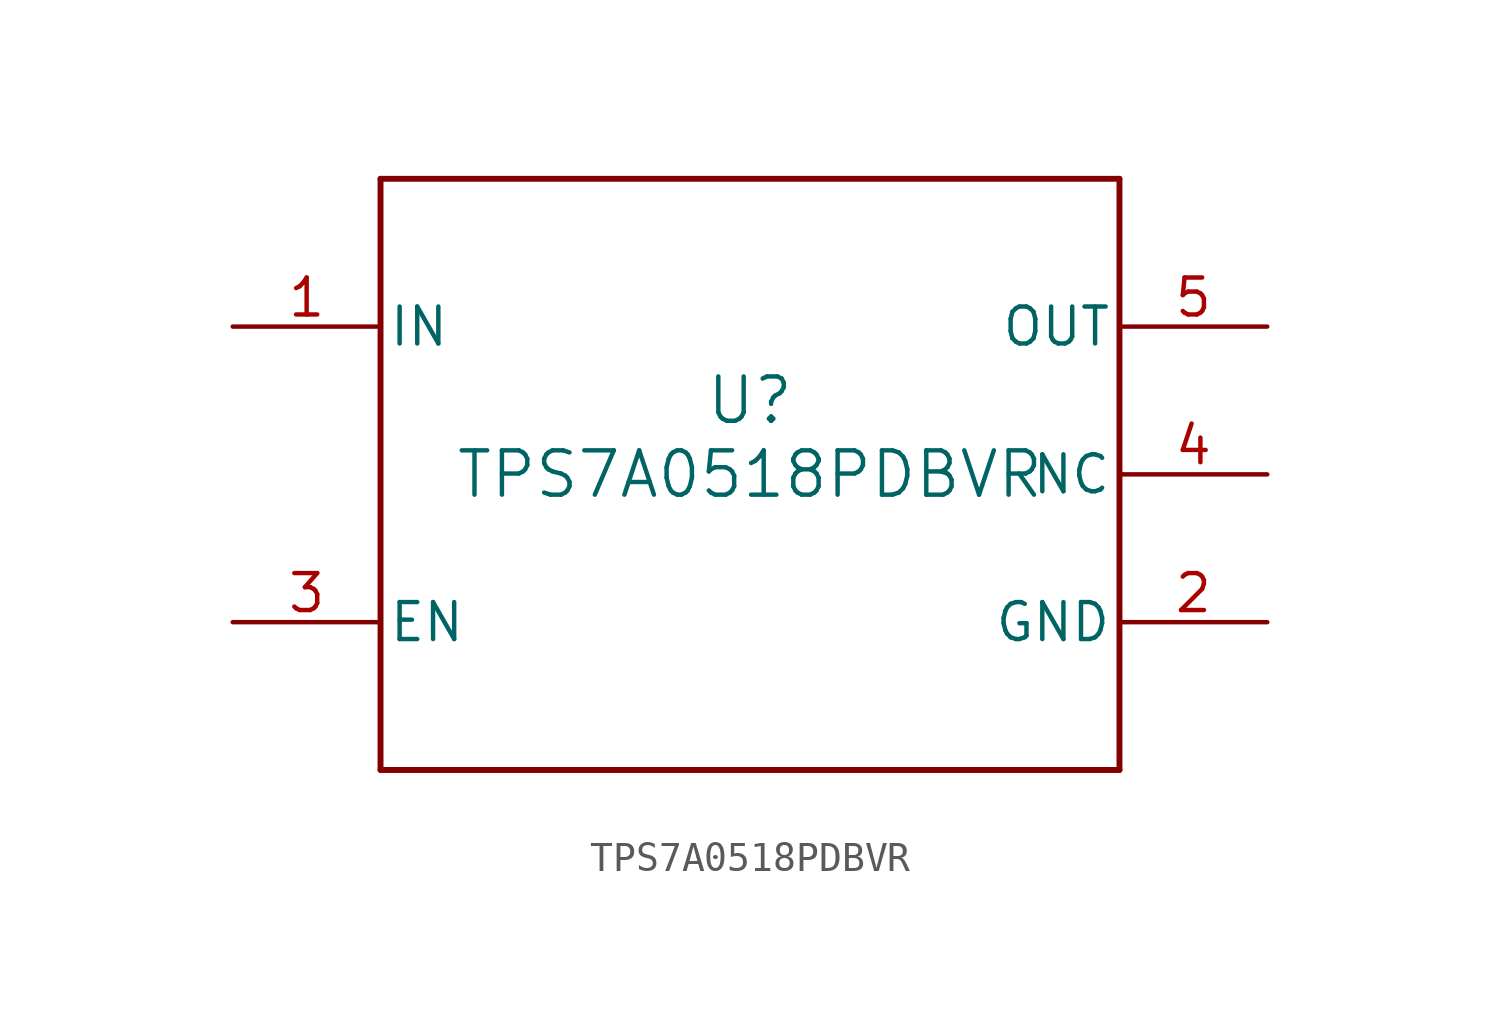
<source format=kicad_sym>
(kicad_symbol_lib
  (version 20211014)
  (generator kicad_symbol_editor)
  (symbol "TPS7A0518PDBVR"
    (pin_names
      (offset 0.254))
    (property "Reference" "U"
      (at 0 2.54 0)
      (effects (font (size 1.524 1.524))))
    (property "Value" "TPS7A0518PDBVR"
      (at 0 0 0)
      (effects (font (size 1.524 1.524))))
    (symbol "TPS7A0518PDBVR_0_1"
      (polyline (pts (xy -12.7 -10.16) (xy 12.7 -10.16)) (stroke (width 0.203) (type default) (color 0 0 0 0)) (fill (type none)))
      (polyline (pts (xy 12.7 -10.16) (xy 12.7 10.16)) (stroke (width 0.203) (type default) (color 0 0 0 0)) (fill (type none)))
      (polyline (pts (xy 12.7 10.16) (xy -12.7 10.16)) (stroke (width 0.203) (type default) (color 0 0 0 0)) (fill (type none)))
      (polyline (pts (xy -12.7 10.16) (xy -12.7 -10.16)) (stroke (width 0.203) (type default) (color 0 0 0 0)) (fill (type none)))
      (pin power_in line (at -17.78 5.08 0) (length 5.08) (name "IN" (effects (font (size 1.27 1.27)))) (number "1" (effects (font (size 1.27 1.27)))))
      (pin power_in line (at 17.78 -5.08 180) (length 5.08) (name "GND" (effects (font (size 1.27 1.27)))) (number "2" (effects (font (size 1.27 1.27)))))
      (pin input line (at -17.78 -5.08 0) (length 5.08) (name "EN" (effects (font (size 1.27 1.27)))) (number "3" (effects (font (size 1.27 1.27)))))
      (pin power_in line (at 17.78 0 180) (length 5.08) (name "NC" (effects (font (size 1.27 1.27)))) (number "4" (effects (font (size 1.27 1.27)))))
      (pin power_in line (at 17.78 5.08 180) (length 5.08) (name "OUT" (effects (font (size 1.27 1.27)))) (number "5" (effects (font (size 1.27 1.27))))))))
</source>
